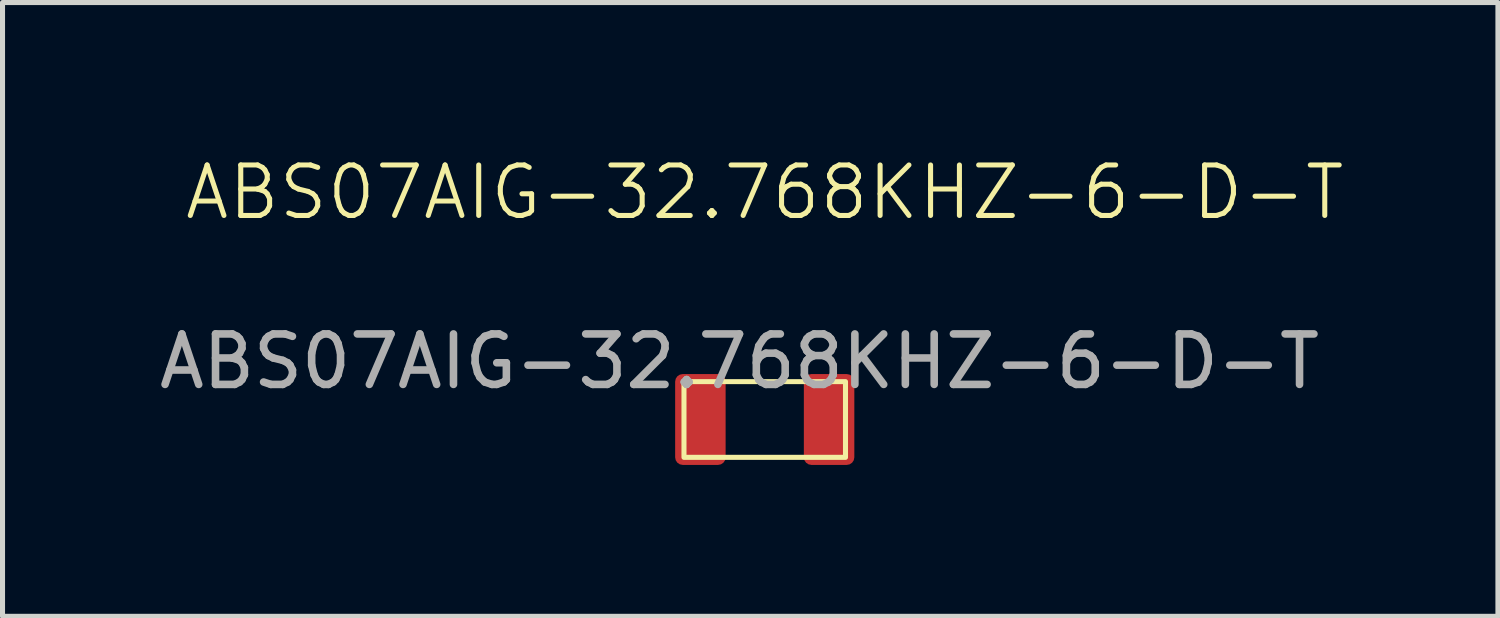
<source format=kicad_pcb>
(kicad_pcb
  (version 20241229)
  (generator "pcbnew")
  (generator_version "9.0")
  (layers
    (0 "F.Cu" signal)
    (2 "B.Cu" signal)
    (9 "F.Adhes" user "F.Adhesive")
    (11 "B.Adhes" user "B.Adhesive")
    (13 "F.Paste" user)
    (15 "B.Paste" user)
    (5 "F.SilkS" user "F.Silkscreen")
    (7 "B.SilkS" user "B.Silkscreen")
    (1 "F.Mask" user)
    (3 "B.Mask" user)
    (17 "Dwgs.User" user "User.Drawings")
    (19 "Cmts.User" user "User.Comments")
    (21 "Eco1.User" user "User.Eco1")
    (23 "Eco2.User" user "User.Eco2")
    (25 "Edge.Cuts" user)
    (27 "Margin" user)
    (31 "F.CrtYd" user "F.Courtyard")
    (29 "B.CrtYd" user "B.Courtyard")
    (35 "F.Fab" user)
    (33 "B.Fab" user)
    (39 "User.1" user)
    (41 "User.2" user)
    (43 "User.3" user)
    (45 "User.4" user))
  (footprint "ABS07AIG-32.768KHZ-6-D-T"
    (layer "F.Cu")
    (at 12.101 5.261)
    (property "Reference" "ABS07AIG-32.768KHZ-6-D-T" (at 0 -4.5 0) (unlocked yes) (layer "F.SilkS") (effects (font (size 1 1) (thickness 0.1))))
    (attr smd)
    (fp_rect (start -1.6 -0.75) (end 1.6 0.75) (stroke (width 0.1) (type solid)) (fill no) (layer "F.SilkS"))
    (fp_text user "${REFERENCE}" (at -0.5 -1.15 0) (unlocked yes) (layer "F.Fab") (effects (font (size 1 1) (thickness 0.15))))
    (pad "1" smd roundrect (at 1.275 0 90) (size 1.8 1) (layers "F.Cu" "F.Mask" "F.Paste") (roundrect_rratio 0.15))
    (pad "2" smd roundrect (at -1.275 0 90) (size 1.8 1) (layers "F.Cu" "F.Mask" "F.Paste") (roundrect_rratio 0.15)))
  (gr_rect
    (start -3 -3)
    (end 26.627 9.161)
    (stroke (width 0.1) (type default))
    (fill no)
    (layer "Edge.Cuts")))
</source>
